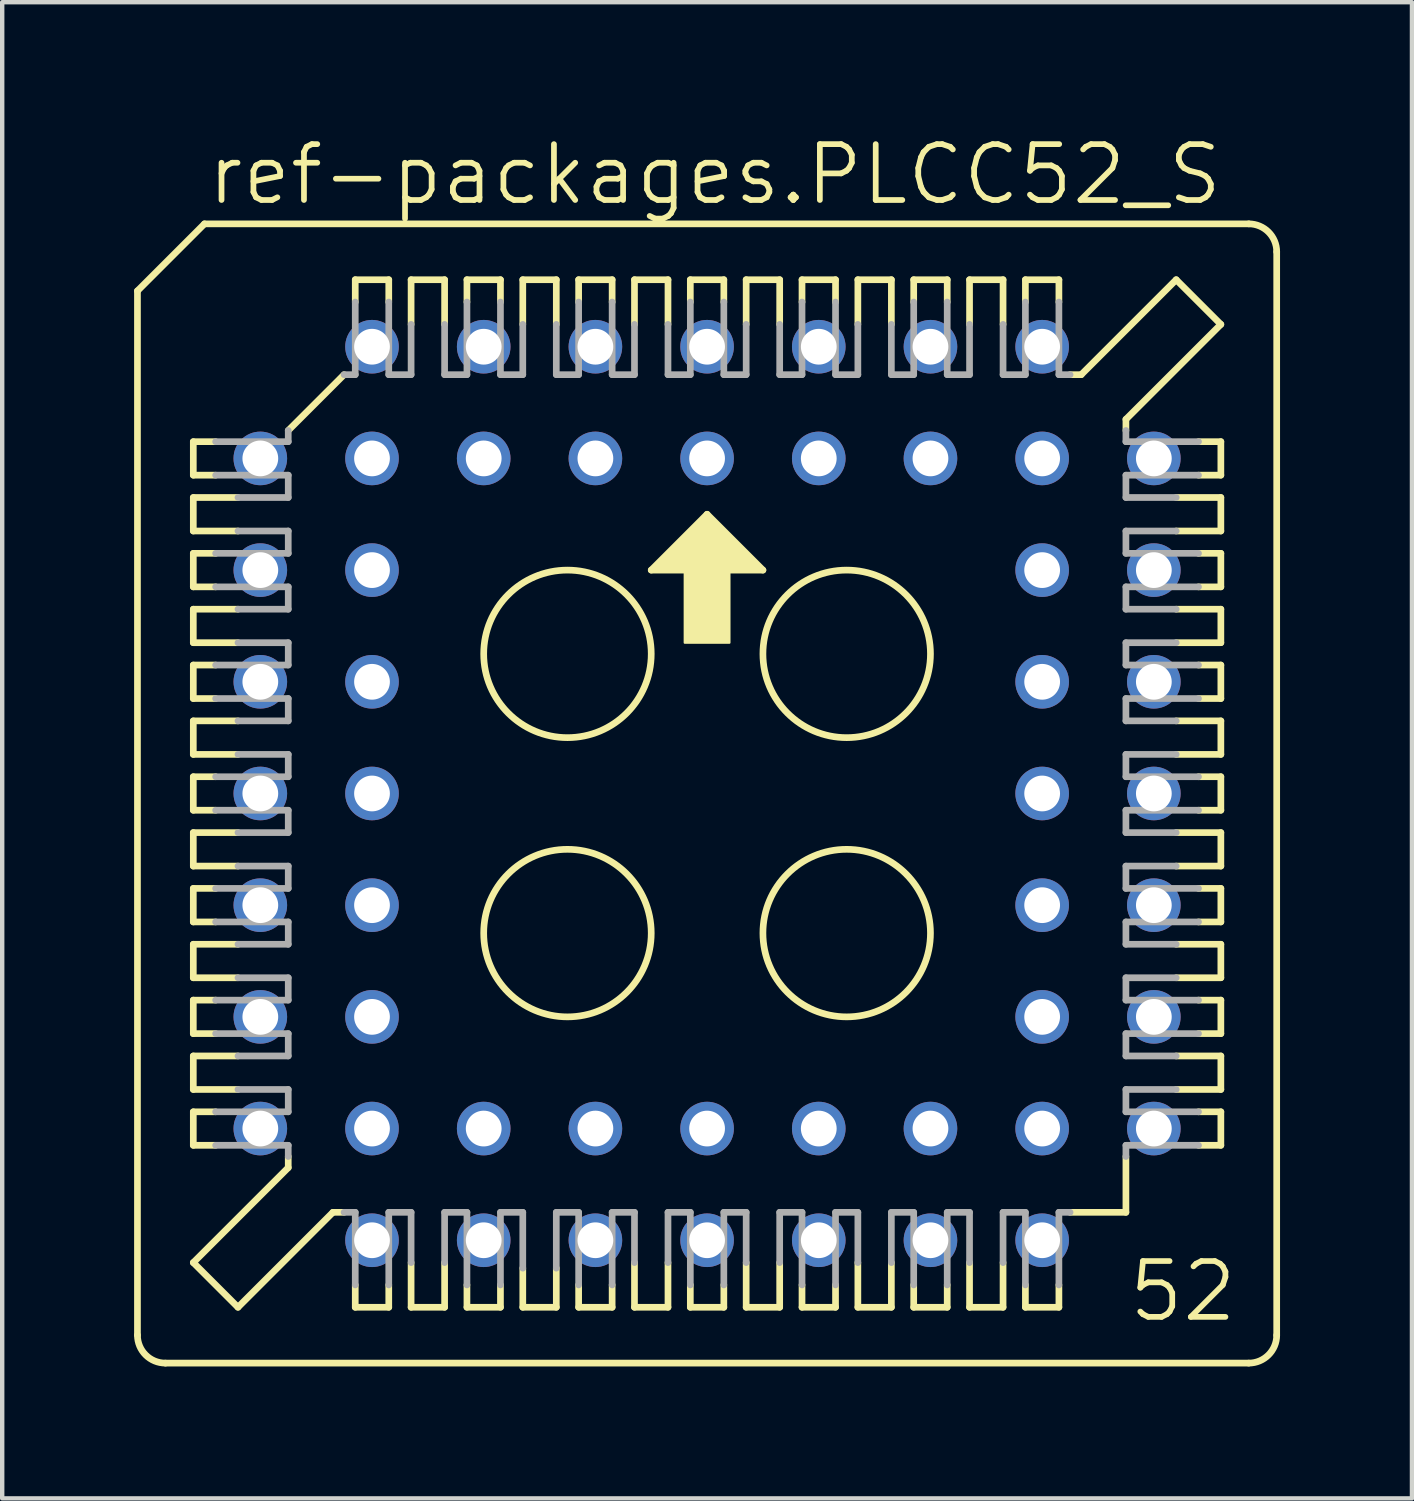
<source format=kicad_pcb>
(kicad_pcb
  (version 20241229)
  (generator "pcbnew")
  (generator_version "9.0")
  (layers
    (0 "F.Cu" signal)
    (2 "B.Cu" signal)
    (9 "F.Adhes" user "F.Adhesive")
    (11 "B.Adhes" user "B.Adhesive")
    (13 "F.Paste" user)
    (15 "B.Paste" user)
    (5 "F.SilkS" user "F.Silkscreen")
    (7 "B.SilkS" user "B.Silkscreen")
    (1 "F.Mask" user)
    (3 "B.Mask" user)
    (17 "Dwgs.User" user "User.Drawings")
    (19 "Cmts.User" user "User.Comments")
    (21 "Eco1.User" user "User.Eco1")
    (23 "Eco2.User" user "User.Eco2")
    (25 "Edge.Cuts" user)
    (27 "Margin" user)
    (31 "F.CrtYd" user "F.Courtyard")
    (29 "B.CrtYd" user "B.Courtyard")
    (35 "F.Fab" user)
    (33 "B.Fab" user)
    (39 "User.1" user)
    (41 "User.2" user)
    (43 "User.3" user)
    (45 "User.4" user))
  (footprint "ref-packages.PLCC52_S"
    (layer "F.Cu")
    (at 13.03 14.995)
    (property "Reference" "ref-packages.PLCC52_S" (at -11.43 -13.335 0) (layer "F.SilkS") (effects (font (size 1.27 1.27) (thickness 0.13)) (justify left bottom)))
    (attr through_hole)
    (fp_line (start -12.954 -11.43) (end -12.954 12.319) (stroke (width 0.152) (type default)) (layer "F.SilkS"))
    (fp_line (start -11.684 -8.001) (end -11.684 -7.239) (stroke (width 0.152) (type default)) (layer "F.SilkS"))
    (fp_line (start -11.684 -7.239) (end -11.176 -7.239) (stroke (width 0.152) (type default)) (layer "F.SilkS"))
    (fp_line (start -11.684 -6.731) (end -11.684 -5.969) (stroke (width 0.152) (type default)) (layer "F.SilkS"))
    (fp_line (start -11.684 -5.969) (end -10.668 -5.969) (stroke (width 0.152) (type default)) (layer "F.SilkS"))
    (fp_line (start -11.684 -5.461) (end -11.684 -4.699) (stroke (width 0.152) (type default)) (layer "F.SilkS"))
    (fp_line (start -11.684 -4.699) (end -11.176 -4.699) (stroke (width 0.152) (type default)) (layer "F.SilkS"))
    (fp_line (start -11.684 -4.191) (end -11.684 -3.429) (stroke (width 0.152) (type default)) (layer "F.SilkS"))
    (fp_line (start -11.684 -3.429) (end -10.668 -3.429) (stroke (width 0.152) (type default)) (layer "F.SilkS"))
    (fp_line (start -11.684 -2.921) (end -11.684 -2.159) (stroke (width 0.152) (type default)) (layer "F.SilkS"))
    (fp_line (start -11.684 -2.159) (end -11.176 -2.159) (stroke (width 0.152) (type default)) (layer "F.SilkS"))
    (fp_line (start -11.684 -1.651) (end -10.668 -1.651) (stroke (width 0.152) (type default)) (layer "F.SilkS"))
    (fp_line (start -11.684 -0.889) (end -11.684 -1.651) (stroke (width 0.152) (type default)) (layer "F.SilkS"))
    (fp_line (start -11.684 -0.381) (end -11.176 -0.381) (stroke (width 0.152) (type default)) (layer "F.SilkS"))
    (fp_line (start -11.684 0.381) (end -11.684 -0.381) (stroke (width 0.152) (type default)) (layer "F.SilkS"))
    (fp_line (start -11.684 0.889) (end -10.668 0.889) (stroke (width 0.152) (type default)) (layer "F.SilkS"))
    (fp_line (start -11.684 1.651) (end -11.684 0.889) (stroke (width 0.152) (type default)) (layer "F.SilkS"))
    (fp_line (start -11.684 2.159) (end -11.176 2.159) (stroke (width 0.152) (type default)) (layer "F.SilkS"))
    (fp_line (start -11.684 2.921) (end -11.684 2.159) (stroke (width 0.152) (type default)) (layer "F.SilkS"))
    (fp_line (start -11.684 3.429) (end -10.668 3.429) (stroke (width 0.152) (type default)) (layer "F.SilkS"))
    (fp_line (start -11.684 4.191) (end -11.684 3.429) (stroke (width 0.152) (type default)) (layer "F.SilkS"))
    (fp_line (start -11.684 4.699) (end -11.176 4.699) (stroke (width 0.152) (type default)) (layer "F.SilkS"))
    (fp_line (start -11.684 5.461) (end -11.684 4.699) (stroke (width 0.152) (type default)) (layer "F.SilkS"))
    (fp_line (start -11.684 5.969) (end -11.684 6.731) (stroke (width 0.152) (type default)) (layer "F.SilkS"))
    (fp_line (start -11.684 6.731) (end -10.668 6.731) (stroke (width 0.152) (type default)) (layer "F.SilkS"))
    (fp_line (start -11.684 7.239) (end -11.176 7.239) (stroke (width 0.152) (type default)) (layer "F.SilkS"))
    (fp_line (start -11.684 8.001) (end -11.684 7.239) (stroke (width 0.152) (type default)) (layer "F.SilkS"))
    (fp_line (start -11.684 10.668) (end -9.525 8.509) (stroke (width 0.152) (type default)) (layer "F.SilkS"))
    (fp_line (start -11.43 -12.954) (end -12.954 -11.43) (stroke (width 0.152) (type default)) (layer "F.SilkS"))
    (fp_line (start -11.176 -8.001) (end -11.684 -8.001) (stroke (width 0.152) (type default)) (layer "F.SilkS"))
    (fp_line (start -11.176 -5.461) (end -11.684 -5.461) (stroke (width 0.152) (type default)) (layer "F.SilkS"))
    (fp_line (start -11.176 -2.921) (end -11.684 -2.921) (stroke (width 0.152) (type default)) (layer "F.SilkS"))
    (fp_line (start -11.176 0.381) (end -11.684 0.381) (stroke (width 0.152) (type default)) (layer "F.SilkS"))
    (fp_line (start -11.176 2.921) (end -11.684 2.921) (stroke (width 0.152) (type default)) (layer "F.SilkS"))
    (fp_line (start -11.176 5.461) (end -11.684 5.461) (stroke (width 0.152) (type default)) (layer "F.SilkS"))
    (fp_line (start -11.176 8.001) (end -11.684 8.001) (stroke (width 0.152) (type default)) (layer "F.SilkS"))
    (fp_line (start -10.668 -6.731) (end -11.684 -6.731) (stroke (width 0.152) (type default)) (layer "F.SilkS"))
    (fp_line (start -10.668 -4.191) (end -11.684 -4.191) (stroke (width 0.152) (type default)) (layer "F.SilkS"))
    (fp_line (start -10.668 -0.889) (end -11.684 -0.889) (stroke (width 0.152) (type default)) (layer "F.SilkS"))
    (fp_line (start -10.668 1.651) (end -11.684 1.651) (stroke (width 0.152) (type default)) (layer "F.SilkS"))
    (fp_line (start -10.668 4.191) (end -11.684 4.191) (stroke (width 0.152) (type default)) (layer "F.SilkS"))
    (fp_line (start -10.668 5.969) (end -11.684 5.969) (stroke (width 0.152) (type default)) (layer "F.SilkS"))
    (fp_line (start -10.668 11.684) (end -11.684 10.668) (stroke (width 0.152) (type default)) (layer "F.SilkS"))
    (fp_line (start -10.668 11.684) (end -8.509 9.525) (stroke (width 0.152) (type default)) (layer "F.SilkS"))
    (fp_line (start -9.525 -8.255) (end -8.255 -9.525) (stroke (width 0.152) (type default)) (layer "F.SilkS"))
    (fp_line (start -9.525 8.509) (end -9.525 8.255) (stroke (width 0.152) (type default)) (layer "F.SilkS"))
    (fp_line (start -8.509 9.525) (end -8.255 9.525) (stroke (width 0.152) (type default)) (layer "F.SilkS"))
    (fp_line (start -8.001 -11.684) (end -8.001 -11.176) (stroke (width 0.152) (type default)) (layer "F.SilkS"))
    (fp_line (start -8.001 11.176) (end -8.001 11.684) (stroke (width 0.152) (type default)) (layer "F.SilkS"))
    (fp_line (start -8.001 11.684) (end -7.239 11.684) (stroke (width 0.152) (type default)) (layer "F.SilkS"))
    (fp_line (start -7.239 -11.684) (end -8.001 -11.684) (stroke (width 0.152) (type default)) (layer "F.SilkS"))
    (fp_line (start -7.239 -11.176) (end -7.239 -11.684) (stroke (width 0.152) (type default)) (layer "F.SilkS"))
    (fp_line (start -7.239 11.684) (end -7.239 11.176) (stroke (width 0.152) (type default)) (layer "F.SilkS"))
    (fp_line (start -6.731 -11.684) (end -6.731 -10.668) (stroke (width 0.152) (type default)) (layer "F.SilkS"))
    (fp_line (start -6.731 10.668) (end -6.731 11.684) (stroke (width 0.152) (type default)) (layer "F.SilkS"))
    (fp_line (start -6.731 11.684) (end -5.969 11.684) (stroke (width 0.152) (type default)) (layer "F.SilkS"))
    (fp_line (start -5.969 -11.684) (end -6.731 -11.684) (stroke (width 0.152) (type default)) (layer "F.SilkS"))
    (fp_line (start -5.969 -10.668) (end -5.969 -11.684) (stroke (width 0.152) (type default)) (layer "F.SilkS"))
    (fp_line (start -5.969 11.684) (end -5.969 10.668) (stroke (width 0.152) (type default)) (layer "F.SilkS"))
    (fp_line (start -5.461 -11.684) (end -5.461 -11.176) (stroke (width 0.152) (type default)) (layer "F.SilkS"))
    (fp_line (start -5.461 11.176) (end -5.461 11.684) (stroke (width 0.152) (type default)) (layer "F.SilkS"))
    (fp_line (start -5.461 11.684) (end -4.699 11.684) (stroke (width 0.152) (type default)) (layer "F.SilkS"))
    (fp_line (start -4.699 -11.684) (end -5.461 -11.684) (stroke (width 0.152) (type default)) (layer "F.SilkS"))
    (fp_line (start -4.699 -11.176) (end -4.699 -11.684) (stroke (width 0.152) (type default)) (layer "F.SilkS"))
    (fp_line (start -4.699 11.684) (end -4.699 11.176) (stroke (width 0.152) (type default)) (layer "F.SilkS"))
    (fp_line (start -4.191 -11.684) (end -4.191 -10.668) (stroke (width 0.152) (type default)) (layer "F.SilkS"))
    (fp_line (start -4.191 10.795) (end -4.191 11.684) (stroke (width 0.152) (type default)) (layer "F.SilkS"))
    (fp_line (start -4.191 11.684) (end -3.429 11.684) (stroke (width 0.152) (type default)) (layer "F.SilkS"))
    (fp_line (start -3.429 -11.684) (end -4.191 -11.684) (stroke (width 0.152) (type default)) (layer "F.SilkS"))
    (fp_line (start -3.429 -10.668) (end -3.429 -11.684) (stroke (width 0.152) (type default)) (layer "F.SilkS"))
    (fp_line (start -3.429 11.684) (end -3.429 10.795) (stroke (width 0.152) (type default)) (layer "F.SilkS"))
    (fp_line (start -2.921 -11.684) (end -2.921 -11.176) (stroke (width 0.152) (type default)) (layer "F.SilkS"))
    (fp_line (start -2.921 11.176) (end -2.921 11.684) (stroke (width 0.152) (type default)) (layer "F.SilkS"))
    (fp_line (start -2.921 11.684) (end -2.159 11.684) (stroke (width 0.152) (type default)) (layer "F.SilkS"))
    (fp_line (start -2.159 -11.684) (end -2.921 -11.684) (stroke (width 0.152) (type default)) (layer "F.SilkS"))
    (fp_line (start -2.159 -11.176) (end -2.159 -11.684) (stroke (width 0.152) (type default)) (layer "F.SilkS"))
    (fp_line (start -2.159 11.684) (end -2.159 11.176) (stroke (width 0.152) (type default)) (layer "F.SilkS"))
    (fp_line (start -1.651 -11.684) (end -1.651 -10.668) (stroke (width 0.152) (type default)) (layer "F.SilkS"))
    (fp_line (start -1.651 10.668) (end -1.651 11.684) (stroke (width 0.152) (type default)) (layer "F.SilkS"))
    (fp_line (start -1.651 11.684) (end -0.889 11.684) (stroke (width 0.152) (type default)) (layer "F.SilkS"))
    (fp_line (start -1.27 -5.08) (end 1.27 -5.08) (stroke (width 0.152) (type default)) (layer "F.SilkS"))
    (fp_line (start -0.889 -11.684) (end -1.651 -11.684) (stroke (width 0.152) (type default)) (layer "F.SilkS"))
    (fp_line (start -0.889 -10.668) (end -0.889 -11.684) (stroke (width 0.152) (type default)) (layer "F.SilkS"))
    (fp_line (start -0.889 11.684) (end -0.889 10.668) (stroke (width 0.152) (type default)) (layer "F.SilkS"))
    (fp_line (start -0.381 -11.684) (end -0.381 -11.176) (stroke (width 0.152) (type default)) (layer "F.SilkS"))
    (fp_line (start -0.381 11.176) (end -0.381 11.684) (stroke (width 0.152) (type default)) (layer "F.SilkS"))
    (fp_line (start -0.381 11.684) (end 0.381 11.684) (stroke (width 0.152) (type default)) (layer "F.SilkS"))
    (fp_line (start 0 -6.35) (end -1.27 -5.08) (stroke (width 0.152) (type default)) (layer "F.SilkS"))
    (fp_line (start 0.381 -11.684) (end -0.381 -11.684) (stroke (width 0.152) (type default)) (layer "F.SilkS"))
    (fp_line (start 0.381 -11.176) (end 0.381 -11.684) (stroke (width 0.152) (type default)) (layer "F.SilkS"))
    (fp_line (start 0.381 11.684) (end 0.381 11.176) (stroke (width 0.152) (type default)) (layer "F.SilkS"))
    (fp_line (start 0.889 -11.684) (end 0.889 -10.668) (stroke (width 0.152) (type default)) (layer "F.SilkS"))
    (fp_line (start 0.889 10.668) (end 0.889 11.684) (stroke (width 0.152) (type default)) (layer "F.SilkS"))
    (fp_line (start 0.889 11.684) (end 1.651 11.684) (stroke (width 0.152) (type default)) (layer "F.SilkS"))
    (fp_line (start 1.27 -5.08) (end 0 -6.35) (stroke (width 0.152) (type default)) (layer "F.SilkS"))
    (fp_line (start 1.651 -11.684) (end 0.889 -11.684) (stroke (width 0.152) (type default)) (layer "F.SilkS"))
    (fp_line (start 1.651 -10.668) (end 1.651 -11.684) (stroke (width 0.152) (type default)) (layer "F.SilkS"))
    (fp_line (start 1.651 11.684) (end 1.651 10.668) (stroke (width 0.152) (type default)) (layer "F.SilkS"))
    (fp_line (start 2.159 -11.684) (end 2.159 -11.176) (stroke (width 0.152) (type default)) (layer "F.SilkS"))
    (fp_line (start 2.159 11.176) (end 2.159 11.684) (stroke (width 0.152) (type default)) (layer "F.SilkS"))
    (fp_line (start 2.159 11.684) (end 2.921 11.684) (stroke (width 0.152) (type default)) (layer "F.SilkS"))
    (fp_line (start 2.921 -11.684) (end 2.159 -11.684) (stroke (width 0.152) (type default)) (layer "F.SilkS"))
    (fp_line (start 2.921 -11.176) (end 2.921 -11.684) (stroke (width 0.152) (type default)) (layer "F.SilkS"))
    (fp_line (start 2.921 11.684) (end 2.921 11.176) (stroke (width 0.152) (type default)) (layer "F.SilkS"))
    (fp_line (start 3.429 -11.684) (end 3.429 -10.668) (stroke (width 0.152) (type default)) (layer "F.SilkS"))
    (fp_line (start 3.429 10.668) (end 3.429 11.684) (stroke (width 0.152) (type default)) (layer "F.SilkS"))
    (fp_line (start 3.429 11.684) (end 4.191 11.684) (stroke (width 0.152) (type default)) (layer "F.SilkS"))
    (fp_line (start 4.191 -11.684) (end 3.429 -11.684) (stroke (width 0.152) (type default)) (layer "F.SilkS"))
    (fp_line (start 4.191 -10.668) (end 4.191 -11.684) (stroke (width 0.152) (type default)) (layer "F.SilkS"))
    (fp_line (start 4.191 11.684) (end 4.191 10.668) (stroke (width 0.152) (type default)) (layer "F.SilkS"))
    (fp_line (start 4.699 -11.684) (end 4.699 -11.176) (stroke (width 0.152) (type default)) (layer "F.SilkS"))
    (fp_line (start 4.699 11.176) (end 4.699 11.684) (stroke (width 0.152) (type default)) (layer "F.SilkS"))
    (fp_line (start 4.699 11.684) (end 5.461 11.684) (stroke (width 0.152) (type default)) (layer "F.SilkS"))
    (fp_line (start 5.461 -11.684) (end 4.699 -11.684) (stroke (width 0.152) (type default)) (layer "F.SilkS"))
    (fp_line (start 5.461 -11.176) (end 5.461 -11.684) (stroke (width 0.152) (type default)) (layer "F.SilkS"))
    (fp_line (start 5.461 11.684) (end 5.461 11.176) (stroke (width 0.152) (type default)) (layer "F.SilkS"))
    (fp_line (start 5.969 -11.684) (end 5.969 -10.668) (stroke (width 0.152) (type default)) (layer "F.SilkS"))
    (fp_line (start 5.969 10.668) (end 5.969 11.684) (stroke (width 0.152) (type default)) (layer "F.SilkS"))
    (fp_line (start 5.969 11.684) (end 6.731 11.684) (stroke (width 0.152) (type default)) (layer "F.SilkS"))
    (fp_line (start 6.731 -11.684) (end 5.969 -11.684) (stroke (width 0.152) (type default)) (layer "F.SilkS"))
    (fp_line (start 6.731 -10.668) (end 6.731 -11.684) (stroke (width 0.152) (type default)) (layer "F.SilkS"))
    (fp_line (start 6.731 11.684) (end 6.731 10.668) (stroke (width 0.152) (type default)) (layer "F.SilkS"))
    (fp_line (start 7.239 -11.684) (end 7.239 -11.176) (stroke (width 0.152) (type default)) (layer "F.SilkS"))
    (fp_line (start 7.239 11.176) (end 7.239 11.684) (stroke (width 0.152) (type default)) (layer "F.SilkS"))
    (fp_line (start 7.239 11.684) (end 8.001 11.684) (stroke (width 0.152) (type default)) (layer "F.SilkS"))
    (fp_line (start 8.001 -11.684) (end 7.239 -11.684) (stroke (width 0.152) (type default)) (layer "F.SilkS"))
    (fp_line (start 8.001 -11.176) (end 8.001 -11.684) (stroke (width 0.152) (type default)) (layer "F.SilkS"))
    (fp_line (start 8.001 11.684) (end 8.001 11.176) (stroke (width 0.152) (type default)) (layer "F.SilkS"))
    (fp_line (start 8.255 9.525) (end 9.525 9.525) (stroke (width 0.152) (type default)) (layer "F.SilkS"))
    (fp_line (start 8.509 -9.525) (end 8.255 -9.525) (stroke (width 0.152) (type default)) (layer "F.SilkS"))
    (fp_line (start 9.525 -8.509) (end 9.525 -8.255) (stroke (width 0.152) (type default)) (layer "F.SilkS"))
    (fp_line (start 9.525 9.525) (end 9.525 8.255) (stroke (width 0.152) (type default)) (layer "F.SilkS"))
    (fp_line (start 10.668 -11.684) (end 8.509 -9.525) (stroke (width 0.152) (type default)) (layer "F.SilkS"))
    (fp_line (start 10.668 -5.969) (end 11.684 -5.969) (stroke (width 0.152) (type default)) (layer "F.SilkS"))
    (fp_line (start 10.668 -4.191) (end 11.684 -4.191) (stroke (width 0.152) (type default)) (layer "F.SilkS"))
    (fp_line (start 10.668 -1.651) (end 11.684 -1.651) (stroke (width 0.152) (type default)) (layer "F.SilkS"))
    (fp_line (start 10.668 0.889) (end 11.684 0.889) (stroke (width 0.152) (type default)) (layer "F.SilkS"))
    (fp_line (start 10.668 4.191) (end 11.684 4.191) (stroke (width 0.152) (type default)) (layer "F.SilkS"))
    (fp_line (start 10.668 6.731) (end 11.684 6.731) (stroke (width 0.152) (type default)) (layer "F.SilkS"))
    (fp_line (start 11.176 -8.001) (end 11.684 -8.001) (stroke (width 0.152) (type default)) (layer "F.SilkS"))
    (fp_line (start 11.176 -5.461) (end 11.684 -5.461) (stroke (width 0.152) (type default)) (layer "F.SilkS"))
    (fp_line (start 11.176 -2.921) (end 11.684 -2.921) (stroke (width 0.152) (type default)) (layer "F.SilkS"))
    (fp_line (start 11.176 -0.381) (end 11.684 -0.381) (stroke (width 0.152) (type default)) (layer "F.SilkS"))
    (fp_line (start 11.176 2.921) (end 11.684 2.921) (stroke (width 0.152) (type default)) (layer "F.SilkS"))
    (fp_line (start 11.176 5.461) (end 11.684 5.461) (stroke (width 0.152) (type default)) (layer "F.SilkS"))
    (fp_line (start 11.176 8.001) (end 11.684 8.001) (stroke (width 0.152) (type default)) (layer "F.SilkS"))
    (fp_line (start 11.684 -10.668) (end 9.525 -8.509) (stroke (width 0.152) (type default)) (layer "F.SilkS"))
    (fp_line (start 11.684 -10.668) (end 10.668 -11.684) (stroke (width 0.152) (type default)) (layer "F.SilkS"))
    (fp_line (start 11.684 -8.001) (end 11.684 -7.239) (stroke (width 0.152) (type default)) (layer "F.SilkS"))
    (fp_line (start 11.684 -7.239) (end 11.176 -7.239) (stroke (width 0.152) (type default)) (layer "F.SilkS"))
    (fp_line (start 11.684 -6.731) (end 10.668 -6.731) (stroke (width 0.152) (type default)) (layer "F.SilkS"))
    (fp_line (start 11.684 -5.969) (end 11.684 -6.731) (stroke (width 0.152) (type default)) (layer "F.SilkS"))
    (fp_line (start 11.684 -5.461) (end 11.684 -4.699) (stroke (width 0.152) (type default)) (layer "F.SilkS"))
    (fp_line (start 11.684 -4.699) (end 11.176 -4.699) (stroke (width 0.152) (type default)) (layer "F.SilkS"))
    (fp_line (start 11.684 -4.191) (end 11.684 -3.429) (stroke (width 0.152) (type default)) (layer "F.SilkS"))
    (fp_line (start 11.684 -3.429) (end 10.668 -3.429) (stroke (width 0.152) (type default)) (layer "F.SilkS"))
    (fp_line (start 11.684 -2.921) (end 11.684 -2.159) (stroke (width 0.152) (type default)) (layer "F.SilkS"))
    (fp_line (start 11.684 -2.159) (end 11.176 -2.159) (stroke (width 0.152) (type default)) (layer "F.SilkS"))
    (fp_line (start 11.684 -1.651) (end 11.684 -0.889) (stroke (width 0.152) (type default)) (layer "F.SilkS"))
    (fp_line (start 11.684 -0.889) (end 10.668 -0.889) (stroke (width 0.152) (type default)) (layer "F.SilkS"))
    (fp_line (start 11.684 -0.381) (end 11.684 0.381) (stroke (width 0.152) (type default)) (layer "F.SilkS"))
    (fp_line (start 11.684 0.381) (end 11.176 0.381) (stroke (width 0.152) (type default)) (layer "F.SilkS"))
    (fp_line (start 11.684 0.889) (end 11.684 1.651) (stroke (width 0.152) (type default)) (layer "F.SilkS"))
    (fp_line (start 11.684 1.651) (end 10.668 1.651) (stroke (width 0.152) (type default)) (layer "F.SilkS"))
    (fp_line (start 11.684 2.159) (end 11.176 2.159) (stroke (width 0.152) (type default)) (layer "F.SilkS"))
    (fp_line (start 11.684 2.921) (end 11.684 2.159) (stroke (width 0.152) (type default)) (layer "F.SilkS"))
    (fp_line (start 11.684 3.429) (end 10.668 3.429) (stroke (width 0.152) (type default)) (layer "F.SilkS"))
    (fp_line (start 11.684 4.191) (end 11.684 3.429) (stroke (width 0.152) (type default)) (layer "F.SilkS"))
    (fp_line (start 11.684 4.699) (end 11.176 4.699) (stroke (width 0.152) (type default)) (layer "F.SilkS"))
    (fp_line (start 11.684 5.461) (end 11.684 4.699) (stroke (width 0.152) (type default)) (layer "F.SilkS"))
    (fp_line (start 11.684 5.969) (end 10.668 5.969) (stroke (width 0.152) (type default)) (layer "F.SilkS"))
    (fp_line (start 11.684 6.731) (end 11.684 5.969) (stroke (width 0.152) (type default)) (layer "F.SilkS"))
    (fp_line (start 11.684 7.239) (end 11.176 7.239) (stroke (width 0.152) (type default)) (layer "F.SilkS"))
    (fp_line (start 11.684 8.001) (end 11.684 7.239) (stroke (width 0.152) (type default)) (layer "F.SilkS"))
    (fp_line (start 12.319 -12.954) (end -11.43 -12.954) (stroke (width 0.152) (type default)) (layer "F.SilkS"))
    (fp_line (start 12.319 12.954) (end -12.319 12.954) (stroke (width 0.152) (type default)) (layer "F.SilkS"))
    (fp_line (start 12.954 -12.319) (end 12.954 12.319) (stroke (width 0.152) (type default)) (layer "F.SilkS"))
    (fp_rect (start -1.143 -5.08) (end -0.889 -5.207) (stroke (width 0.05) (type default)) (fill yes) (layer "F.SilkS"))
    (fp_rect (start -1.016 -5.207) (end -0.889 -5.334) (stroke (width 0.05) (type default)) (fill yes) (layer "F.SilkS"))
    (fp_rect (start -0.889 -5.08) (end 0.889 -5.461) (stroke (width 0.05) (type default)) (fill yes) (layer "F.SilkS"))
    (fp_rect (start -0.762 -5.461) (end -0.635 -5.588) (stroke (width 0.05) (type default)) (fill yes) (layer "F.SilkS"))
    (fp_rect (start -0.635 -5.461) (end 0.635 -5.715) (stroke (width 0.05) (type default)) (fill yes) (layer "F.SilkS"))
    (fp_rect (start -0.508 -5.715) (end -0.381 -5.842) (stroke (width 0.05) (type default)) (fill yes) (layer "F.SilkS"))
    (fp_rect (start -0.508 -3.429) (end 0.508 -5.334) (stroke (width 0.05) (type default)) (fill yes) (layer "F.SilkS"))
    (fp_rect (start -0.381 -5.715) (end 0.381 -5.969) (stroke (width 0.05) (type default)) (fill yes) (layer "F.SilkS"))
    (fp_rect (start -0.254 -5.969) (end -0.127 -6.096) (stroke (width 0.05) (type default)) (fill yes) (layer "F.SilkS"))
    (fp_rect (start -0.127 -5.969) (end 0.127 -6.223) (stroke (width 0.05) (type default)) (fill yes) (layer "F.SilkS"))
    (fp_rect (start 0.127 -5.969) (end 0.254 -6.096) (stroke (width 0.05) (type default)) (fill yes) (layer "F.SilkS"))
    (fp_rect (start 0.381 -5.715) (end 0.508 -5.842) (stroke (width 0.05) (type default)) (fill yes) (layer "F.SilkS"))
    (fp_rect (start 0.635 -5.461) (end 0.762 -5.588) (stroke (width 0.05) (type default)) (fill yes) (layer "F.SilkS"))
    (fp_rect (start 0.889 -5.207) (end 1.016 -5.334) (stroke (width 0.05) (type default)) (fill yes) (layer "F.SilkS"))
    (fp_rect (start 0.889 -5.08) (end 1.143 -5.207) (stroke (width 0.05) (type default)) (fill yes) (layer "F.SilkS"))
    (fp_arc (start -12.319 12.954) (mid -12.768013 12.768013) (end -12.954 12.319) (stroke (width 0.1524) (type default)) (layer "F.SilkS"))
    (fp_arc (start 12.319 -12.954) (mid 12.768013 -12.768013) (end 12.954 -12.319) (stroke (width 0.1524) (type default)) (layer "F.SilkS"))
    (fp_arc (start 12.954 12.319) (mid 12.768013 12.768013) (end 12.319 12.954) (stroke (width 0.1524) (type default)) (layer "F.SilkS"))
    (fp_circle (center -3.175 -3.175) (end -1.27 -3.175) (stroke (width 0.152) (type default)) (fill no) (layer "F.SilkS"))
    (fp_circle (center -3.175 3.175) (end -1.27 3.175) (stroke (width 0.152) (type default)) (fill no) (layer "F.SilkS"))
    (fp_circle (center 3.175 -3.175) (end 5.08 -3.175) (stroke (width 0.152) (type default)) (fill no) (layer "F.SilkS"))
    (fp_circle (center 3.175 3.175) (end 5.08 3.175) (stroke (width 0.152) (type default)) (fill no) (layer "F.SilkS"))
    (fp_line (start -11.176 -8.001) (end -9.525 -8.001) (stroke (width 0.152) (type default)) (layer "F.Fab"))
    (fp_line (start -11.176 -5.461) (end -9.525 -5.461) (stroke (width 0.152) (type default)) (layer "F.Fab"))
    (fp_line (start -11.176 -2.921) (end -9.525 -2.921) (stroke (width 0.152) (type default)) (layer "F.Fab"))
    (fp_line (start -11.176 0.381) (end -9.525 0.381) (stroke (width 0.152) (type default)) (layer "F.Fab"))
    (fp_line (start -11.176 2.921) (end -9.525 2.921) (stroke (width 0.152) (type default)) (layer "F.Fab"))
    (fp_line (start -11.176 5.461) (end -9.525 5.461) (stroke (width 0.152) (type default)) (layer "F.Fab"))
    (fp_line (start -11.176 8.001) (end -9.525 8.001) (stroke (width 0.152) (type default)) (layer "F.Fab"))
    (fp_line (start -10.668 -6.731) (end -9.525 -6.731) (stroke (width 0.152) (type default)) (layer "F.Fab"))
    (fp_line (start -10.668 -4.191) (end -9.525 -4.191) (stroke (width 0.152) (type default)) (layer "F.Fab"))
    (fp_line (start -10.668 -0.889) (end -9.525 -0.889) (stroke (width 0.152) (type default)) (layer "F.Fab"))
    (fp_line (start -10.668 1.651) (end -9.525 1.651) (stroke (width 0.152) (type default)) (layer "F.Fab"))
    (fp_line (start -10.668 4.191) (end -9.525 4.191) (stroke (width 0.152) (type default)) (layer "F.Fab"))
    (fp_line (start -10.668 5.969) (end -9.525 5.969) (stroke (width 0.152) (type default)) (layer "F.Fab"))
    (fp_line (start -9.525 -8.001) (end -9.525 -8.255) (stroke (width 0.152) (type default)) (layer "F.Fab"))
    (fp_line (start -9.525 -7.239) (end -11.176 -7.239) (stroke (width 0.152) (type default)) (layer "F.Fab"))
    (fp_line (start -9.525 -7.239) (end -9.525 -6.731) (stroke (width 0.152) (type default)) (layer "F.Fab"))
    (fp_line (start -9.525 -5.969) (end -10.668 -5.969) (stroke (width 0.152) (type default)) (layer "F.Fab"))
    (fp_line (start -9.525 -5.969) (end -9.525 -5.461) (stroke (width 0.152) (type default)) (layer "F.Fab"))
    (fp_line (start -9.525 -4.699) (end -11.176 -4.699) (stroke (width 0.152) (type default)) (layer "F.Fab"))
    (fp_line (start -9.525 -4.699) (end -9.525 -4.191) (stroke (width 0.152) (type default)) (layer "F.Fab"))
    (fp_line (start -9.525 -3.429) (end -10.668 -3.429) (stroke (width 0.152) (type default)) (layer "F.Fab"))
    (fp_line (start -9.525 -3.429) (end -9.525 -2.921) (stroke (width 0.152) (type default)) (layer "F.Fab"))
    (fp_line (start -9.525 -2.159) (end -11.176 -2.159) (stroke (width 0.152) (type default)) (layer "F.Fab"))
    (fp_line (start -9.525 -2.159) (end -9.525 -1.651) (stroke (width 0.152) (type default)) (layer "F.Fab"))
    (fp_line (start -9.525 -1.651) (end -10.668 -1.651) (stroke (width 0.152) (type default)) (layer "F.Fab"))
    (fp_line (start -9.525 -0.381) (end -11.176 -0.381) (stroke (width 0.152) (type default)) (layer "F.Fab"))
    (fp_line (start -9.525 -0.381) (end -9.525 -0.889) (stroke (width 0.152) (type default)) (layer "F.Fab"))
    (fp_line (start -9.525 0.889) (end -10.668 0.889) (stroke (width 0.152) (type default)) (layer "F.Fab"))
    (fp_line (start -9.525 0.889) (end -9.525 0.381) (stroke (width 0.152) (type default)) (layer "F.Fab"))
    (fp_line (start -9.525 2.159) (end -11.176 2.159) (stroke (width 0.152) (type default)) (layer "F.Fab"))
    (fp_line (start -9.525 2.159) (end -9.525 1.651) (stroke (width 0.152) (type default)) (layer "F.Fab"))
    (fp_line (start -9.525 3.429) (end -10.668 3.429) (stroke (width 0.152) (type default)) (layer "F.Fab"))
    (fp_line (start -9.525 3.429) (end -9.525 2.921) (stroke (width 0.152) (type default)) (layer "F.Fab"))
    (fp_line (start -9.525 4.699) (end -11.176 4.699) (stroke (width 0.152) (type default)) (layer "F.Fab"))
    (fp_line (start -9.525 4.699) (end -9.525 4.191) (stroke (width 0.152) (type default)) (layer "F.Fab"))
    (fp_line (start -9.525 5.461) (end -9.525 5.969) (stroke (width 0.152) (type default)) (layer "F.Fab"))
    (fp_line (start -9.525 6.731) (end -10.668 6.731) (stroke (width 0.152) (type default)) (layer "F.Fab"))
    (fp_line (start -9.525 6.731) (end -9.525 7.239) (stroke (width 0.152) (type default)) (layer "F.Fab"))
    (fp_line (start -9.525 7.239) (end -11.176 7.239) (stroke (width 0.152) (type default)) (layer "F.Fab"))
    (fp_line (start -9.525 8.001) (end -9.525 8.255) (stroke (width 0.152) (type default)) (layer "F.Fab"))
    (fp_line (start -8.255 -9.525) (end -8.001 -9.525) (stroke (width 0.152) (type default)) (layer "F.Fab"))
    (fp_line (start -8.001 -9.525) (end -8.001 -11.176) (stroke (width 0.152) (type default)) (layer "F.Fab"))
    (fp_line (start -8.001 9.525) (end -8.255 9.525) (stroke (width 0.152) (type default)) (layer "F.Fab"))
    (fp_line (start -8.001 11.176) (end -8.001 9.525) (stroke (width 0.152) (type default)) (layer "F.Fab"))
    (fp_line (start -7.239 -11.176) (end -7.239 -9.525) (stroke (width 0.152) (type default)) (layer "F.Fab"))
    (fp_line (start -7.239 9.525) (end -7.239 11.176) (stroke (width 0.152) (type default)) (layer "F.Fab"))
    (fp_line (start -7.239 9.525) (end -6.731 9.525) (stroke (width 0.152) (type default)) (layer "F.Fab"))
    (fp_line (start -6.731 -9.525) (end -7.239 -9.525) (stroke (width 0.152) (type default)) (layer "F.Fab"))
    (fp_line (start -6.731 -9.525) (end -6.731 -10.668) (stroke (width 0.152) (type default)) (layer "F.Fab"))
    (fp_line (start -6.731 10.668) (end -6.731 9.525) (stroke (width 0.152) (type default)) (layer "F.Fab"))
    (fp_line (start -5.969 -10.668) (end -5.969 -9.525) (stroke (width 0.152) (type default)) (layer "F.Fab"))
    (fp_line (start -5.969 9.525) (end -5.969 10.668) (stroke (width 0.152) (type default)) (layer "F.Fab"))
    (fp_line (start -5.969 9.525) (end -5.461 9.525) (stroke (width 0.152) (type default)) (layer "F.Fab"))
    (fp_line (start -5.461 -9.525) (end -5.969 -9.525) (stroke (width 0.152) (type default)) (layer "F.Fab"))
    (fp_line (start -5.461 -9.525) (end -5.461 -11.176) (stroke (width 0.152) (type default)) (layer "F.Fab"))
    (fp_line (start -5.461 11.176) (end -5.461 9.525) (stroke (width 0.152) (type default)) (layer "F.Fab"))
    (fp_line (start -4.699 -11.176) (end -4.699 -9.525) (stroke (width 0.152) (type default)) (layer "F.Fab"))
    (fp_line (start -4.699 9.525) (end -4.699 11.176) (stroke (width 0.152) (type default)) (layer "F.Fab"))
    (fp_line (start -4.699 9.525) (end -4.191 9.525) (stroke (width 0.152) (type default)) (layer "F.Fab"))
    (fp_line (start -4.191 -9.525) (end -4.699 -9.525) (stroke (width 0.152) (type default)) (layer "F.Fab"))
    (fp_line (start -4.191 -9.525) (end -4.191 -10.668) (stroke (width 0.152) (type default)) (layer "F.Fab"))
    (fp_line (start -4.191 10.795) (end -4.191 9.525) (stroke (width 0.152) (type default)) (layer "F.Fab"))
    (fp_line (start -3.429 -10.668) (end -3.429 -9.525) (stroke (width 0.152) (type default)) (layer "F.Fab"))
    (fp_line (start -3.429 9.525) (end -3.429 10.795) (stroke (width 0.152) (type default)) (layer "F.Fab"))
    (fp_line (start -3.429 9.525) (end -2.921 9.525) (stroke (width 0.152) (type default)) (layer "F.Fab"))
    (fp_line (start -2.921 -9.525) (end -3.429 -9.525) (stroke (width 0.152) (type default)) (layer "F.Fab"))
    (fp_line (start -2.921 -9.525) (end -2.921 -11.176) (stroke (width 0.152) (type default)) (layer "F.Fab"))
    (fp_line (start -2.921 11.176) (end -2.921 9.525) (stroke (width 0.152) (type default)) (layer "F.Fab"))
    (fp_line (start -2.159 -11.176) (end -2.159 -9.525) (stroke (width 0.152) (type default)) (layer "F.Fab"))
    (fp_line (start -2.159 9.525) (end -2.159 11.176) (stroke (width 0.152) (type default)) (layer "F.Fab"))
    (fp_line (start -2.159 9.525) (end -1.651 9.525) (stroke (width 0.152) (type default)) (layer "F.Fab"))
    (fp_line (start -1.651 -9.525) (end -2.159 -9.525) (stroke (width 0.152) (type default)) (layer "F.Fab"))
    (fp_line (start -1.651 -9.525) (end -1.651 -10.668) (stroke (width 0.152) (type default)) (layer "F.Fab"))
    (fp_line (start -1.651 10.668) (end -1.651 9.525) (stroke (width 0.152) (type default)) (layer "F.Fab"))
    (fp_line (start -0.889 -10.668) (end -0.889 -9.525) (stroke (width 0.152) (type default)) (layer "F.Fab"))
    (fp_line (start -0.889 9.525) (end -0.889 10.668) (stroke (width 0.152) (type default)) (layer "F.Fab"))
    (fp_line (start -0.889 9.525) (end -0.381 9.525) (stroke (width 0.152) (type default)) (layer "F.Fab"))
    (fp_line (start -0.381 -9.525) (end -0.889 -9.525) (stroke (width 0.152) (type default)) (layer "F.Fab"))
    (fp_line (start -0.381 -9.525) (end -0.381 -11.176) (stroke (width 0.152) (type default)) (layer "F.Fab"))
    (fp_line (start -0.381 11.176) (end -0.381 9.525) (stroke (width 0.152) (type default)) (layer "F.Fab"))
    (fp_line (start 0.381 -11.176) (end 0.381 -9.525) (stroke (width 0.152) (type default)) (layer "F.Fab"))
    (fp_line (start 0.381 9.525) (end 0.381 11.176) (stroke (width 0.152) (type default)) (layer "F.Fab"))
    (fp_line (start 0.381 9.525) (end 0.889 9.525) (stroke (width 0.152) (type default)) (layer "F.Fab"))
    (fp_line (start 0.889 -9.525) (end 0.381 -9.525) (stroke (width 0.152) (type default)) (layer "F.Fab"))
    (fp_line (start 0.889 -9.525) (end 0.889 -10.668) (stroke (width 0.152) (type default)) (layer "F.Fab"))
    (fp_line (start 0.889 10.668) (end 0.889 9.525) (stroke (width 0.152) (type default)) (layer "F.Fab"))
    (fp_line (start 1.651 -10.668) (end 1.651 -9.525) (stroke (width 0.152) (type default)) (layer "F.Fab"))
    (fp_line (start 1.651 9.525) (end 1.651 10.668) (stroke (width 0.152) (type default)) (layer "F.Fab"))
    (fp_line (start 1.651 9.525) (end 2.159 9.525) (stroke (width 0.152) (type default)) (layer "F.Fab"))
    (fp_line (start 2.159 -9.525) (end 1.651 -9.525) (stroke (width 0.152) (type default)) (layer "F.Fab"))
    (fp_line (start 2.159 -9.525) (end 2.159 -11.176) (stroke (width 0.152) (type default)) (layer "F.Fab"))
    (fp_line (start 2.159 11.176) (end 2.159 9.525) (stroke (width 0.152) (type default)) (layer "F.Fab"))
    (fp_line (start 2.921 -11.176) (end 2.921 -9.525) (stroke (width 0.152) (type default)) (layer "F.Fab"))
    (fp_line (start 2.921 9.525) (end 2.921 11.176) (stroke (width 0.152) (type default)) (layer "F.Fab"))
    (fp_line (start 2.921 9.525) (end 3.429 9.525) (stroke (width 0.152) (type default)) (layer "F.Fab"))
    (fp_line (start 3.429 -9.525) (end 2.921 -9.525) (stroke (width 0.152) (type default)) (layer "F.Fab"))
    (fp_line (start 3.429 -9.525) (end 3.429 -10.668) (stroke (width 0.152) (type default)) (layer "F.Fab"))
    (fp_line (start 3.429 10.668) (end 3.429 9.525) (stroke (width 0.152) (type default)) (layer "F.Fab"))
    (fp_line (start 4.191 -10.668) (end 4.191 -9.525) (stroke (width 0.152) (type default)) (layer "F.Fab"))
    (fp_line (start 4.191 9.525) (end 4.191 10.668) (stroke (width 0.152) (type default)) (layer "F.Fab"))
    (fp_line (start 4.191 9.525) (end 4.699 9.525) (stroke (width 0.152) (type default)) (layer "F.Fab"))
    (fp_line (start 4.699 -9.525) (end 4.191 -9.525) (stroke (width 0.152) (type default)) (layer "F.Fab"))
    (fp_line (start 4.699 -9.525) (end 4.699 -11.176) (stroke (width 0.152) (type default)) (layer "F.Fab"))
    (fp_line (start 4.699 11.176) (end 4.699 9.525) (stroke (width 0.152) (type default)) (layer "F.Fab"))
    (fp_line (start 5.461 -11.176) (end 5.461 -9.525) (stroke (width 0.152) (type default)) (layer "F.Fab"))
    (fp_line (start 5.461 9.525) (end 5.461 11.176) (stroke (width 0.152) (type default)) (layer "F.Fab"))
    (fp_line (start 5.461 9.525) (end 5.969 9.525) (stroke (width 0.152) (type default)) (layer "F.Fab"))
    (fp_line (start 5.969 -9.525) (end 5.461 -9.525) (stroke (width 0.152) (type default)) (layer "F.Fab"))
    (fp_line (start 5.969 -9.525) (end 5.969 -10.668) (stroke (width 0.152) (type default)) (layer "F.Fab"))
    (fp_line (start 5.969 10.668) (end 5.969 9.525) (stroke (width 0.152) (type default)) (layer "F.Fab"))
    (fp_line (start 6.731 -10.668) (end 6.731 -9.525) (stroke (width 0.152) (type default)) (layer "F.Fab"))
    (fp_line (start 6.731 9.525) (end 6.731 10.668) (stroke (width 0.152) (type default)) (layer "F.Fab"))
    (fp_line (start 6.731 9.525) (end 7.239 9.525) (stroke (width 0.152) (type default)) (layer "F.Fab"))
    (fp_line (start 7.239 -9.525) (end 6.731 -9.525) (stroke (width 0.152) (type default)) (layer "F.Fab"))
    (fp_line (start 7.239 -9.525) (end 7.239 -11.176) (stroke (width 0.152) (type default)) (layer "F.Fab"))
    (fp_line (start 7.239 11.176) (end 7.239 9.525) (stroke (width 0.152) (type default)) (layer "F.Fab"))
    (fp_line (start 8.001 -11.176) (end 8.001 -9.525) (stroke (width 0.152) (type default)) (layer "F.Fab"))
    (fp_line (start 8.001 -9.525) (end 8.255 -9.525) (stroke (width 0.152) (type default)) (layer "F.Fab"))
    (fp_line (start 8.001 9.525) (end 8.001 11.176) (stroke (width 0.152) (type default)) (layer "F.Fab"))
    (fp_line (start 8.255 9.525) (end 8.001 9.525) (stroke (width 0.152) (type default)) (layer "F.Fab"))
    (fp_line (start 9.525 -8.001) (end 9.525 -8.255) (stroke (width 0.152) (type default)) (layer "F.Fab"))
    (fp_line (start 9.525 -7.239) (end 11.176 -7.239) (stroke (width 0.152) (type default)) (layer "F.Fab"))
    (fp_line (start 9.525 -6.731) (end 9.525 -7.239) (stroke (width 0.152) (type default)) (layer "F.Fab"))
    (fp_line (start 9.525 -6.731) (end 10.668 -6.731) (stroke (width 0.152) (type default)) (layer "F.Fab"))
    (fp_line (start 9.525 -5.461) (end 9.525 -5.969) (stroke (width 0.152) (type default)) (layer "F.Fab"))
    (fp_line (start 9.525 -4.699) (end 9.525 -4.191) (stroke (width 0.152) (type default)) (layer "F.Fab"))
    (fp_line (start 9.525 -4.699) (end 11.176 -4.699) (stroke (width 0.152) (type default)) (layer "F.Fab"))
    (fp_line (start 9.525 -3.429) (end 9.525 -2.921) (stroke (width 0.152) (type default)) (layer "F.Fab"))
    (fp_line (start 9.525 -3.429) (end 10.668 -3.429) (stroke (width 0.152) (type default)) (layer "F.Fab"))
    (fp_line (start 9.525 -2.159) (end 9.525 -1.651) (stroke (width 0.152) (type default)) (layer "F.Fab"))
    (fp_line (start 9.525 -2.159) (end 11.176 -2.159) (stroke (width 0.152) (type default)) (layer "F.Fab"))
    (fp_line (start 9.525 -0.889) (end 9.525 -0.381) (stroke (width 0.152) (type default)) (layer "F.Fab"))
    (fp_line (start 9.525 -0.889) (end 10.668 -0.889) (stroke (width 0.152) (type default)) (layer "F.Fab"))
    (fp_line (start 9.525 0.381) (end 9.525 0.889) (stroke (width 0.152) (type default)) (layer "F.Fab"))
    (fp_line (start 9.525 0.381) (end 11.176 0.381) (stroke (width 0.152) (type default)) (layer "F.Fab"))
    (fp_line (start 9.525 1.651) (end 9.525 2.159) (stroke (width 0.152) (type default)) (layer "F.Fab"))
    (fp_line (start 9.525 1.651) (end 10.668 1.651) (stroke (width 0.152) (type default)) (layer "F.Fab"))
    (fp_line (start 9.525 2.159) (end 11.176 2.159) (stroke (width 0.152) (type default)) (layer "F.Fab"))
    (fp_line (start 9.525 3.429) (end 9.525 2.921) (stroke (width 0.152) (type default)) (layer "F.Fab"))
    (fp_line (start 9.525 3.429) (end 10.668 3.429) (stroke (width 0.152) (type default)) (layer "F.Fab"))
    (fp_line (start 9.525 4.699) (end 9.525 4.191) (stroke (width 0.152) (type default)) (layer "F.Fab"))
    (fp_line (start 9.525 4.699) (end 11.176 4.699) (stroke (width 0.152) (type default)) (layer "F.Fab"))
    (fp_line (start 9.525 5.969) (end 9.525 5.461) (stroke (width 0.152) (type default)) (layer "F.Fab"))
    (fp_line (start 9.525 5.969) (end 10.668 5.969) (stroke (width 0.152) (type default)) (layer "F.Fab"))
    (fp_line (start 9.525 7.239) (end 9.525 6.731) (stroke (width 0.152) (type default)) (layer "F.Fab"))
    (fp_line (start 9.525 7.239) (end 11.176 7.239) (stroke (width 0.152) (type default)) (layer "F.Fab"))
    (fp_line (start 9.525 8.001) (end 9.525 8.255) (stroke (width 0.152) (type default)) (layer "F.Fab"))
    (fp_line (start 10.668 -5.969) (end 9.525 -5.969) (stroke (width 0.152) (type default)) (layer "F.Fab"))
    (fp_line (start 10.668 -4.191) (end 9.525 -4.191) (stroke (width 0.152) (type default)) (layer "F.Fab"))
    (fp_line (start 10.668 -1.651) (end 9.525 -1.651) (stroke (width 0.152) (type default)) (layer "F.Fab"))
    (fp_line (start 10.668 0.889) (end 9.525 0.889) (stroke (width 0.152) (type default)) (layer "F.Fab"))
    (fp_line (start 10.668 4.191) (end 9.525 4.191) (stroke (width 0.152) (type default)) (layer "F.Fab"))
    (fp_line (start 10.668 6.731) (end 9.525 6.731) (stroke (width 0.152) (type default)) (layer "F.Fab"))
    (fp_line (start 11.176 -8.001) (end 9.525 -8.001) (stroke (width 0.152) (type default)) (layer "F.Fab"))
    (fp_line (start 11.176 -5.461) (end 9.525 -5.461) (stroke (width 0.152) (type default)) (layer "F.Fab"))
    (fp_line (start 11.176 -2.921) (end 9.525 -2.921) (stroke (width 0.152) (type default)) (layer "F.Fab"))
    (fp_line (start 11.176 -0.381) (end 9.525 -0.381) (stroke (width 0.152) (type default)) (layer "F.Fab"))
    (fp_line (start 11.176 2.921) (end 9.525 2.921) (stroke (width 0.152) (type default)) (layer "F.Fab"))
    (fp_line (start 11.176 5.461) (end 9.525 5.461) (stroke (width 0.152) (type default)) (layer "F.Fab"))
    (fp_line (start 11.176 8.001) (end 9.525 8.001) (stroke (width 0.152) (type default)) (layer "F.Fab"))
    (fp_text user "52" (at 9.525 12.065 0) (layer "F.SilkS") (effects (font (size 1.27 1.27) (thickness 0.13)) (justify left bottom)))
    (pad "1" thru_hole circle (at 0 -10.16) (size 1.219 1.219) (drill 0.813) (layers "*.Cu" "*.Mask"))
    (pad "2" thru_hole circle (at 0 -7.62) (size 1.219 1.219) (drill 0.813) (layers "*.Cu" "*.Mask"))
    (pad "3" thru_hole circle (at -2.54 -10.16) (size 1.219 1.219) (drill 0.813) (layers "*.Cu" "*.Mask"))
    (pad "4" thru_hole circle (at -2.54 -7.62) (size 1.219 1.219) (drill 0.813) (layers "*.Cu" "*.Mask"))
    (pad "5" thru_hole circle (at -5.08 -10.16) (size 1.219 1.219) (drill 0.813) (layers "*.Cu" "*.Mask"))
    (pad "6" thru_hole circle (at -5.08 -7.62) (size 1.219 1.219) (drill 0.813) (layers "*.Cu" "*.Mask"))
    (pad "7" thru_hole circle (at -7.62 -10.16) (size 1.219 1.219) (drill 0.813) (layers "*.Cu" "*.Mask"))
    (pad "8" thru_hole circle (at -10.16 -7.62) (size 1.219 1.219) (drill 0.813) (layers "*.Cu" "*.Mask"))
    (pad "9" thru_hole circle (at -7.62 -7.62) (size 1.219 1.219) (drill 0.813) (layers "*.Cu" "*.Mask"))
    (pad "10" thru_hole circle (at -10.16 -5.08) (size 1.219 1.219) (drill 0.813) (layers "*.Cu" "*.Mask"))
    (pad "11" thru_hole circle (at -7.62 -5.08) (size 1.219 1.219) (drill 0.813) (layers "*.Cu" "*.Mask"))
    (pad "12" thru_hole circle (at -10.16 -2.54) (size 1.219 1.219) (drill 0.813) (layers "*.Cu" "*.Mask"))
    (pad "13" thru_hole circle (at -7.62 -2.54) (size 1.219 1.219) (drill 0.813) (layers "*.Cu" "*.Mask"))
    (pad "14" thru_hole circle (at -10.16 0) (size 1.219 1.219) (drill 0.813) (layers "*.Cu" "*.Mask"))
    (pad "15" thru_hole circle (at -7.62 0) (size 1.219 1.219) (drill 0.813) (layers "*.Cu" "*.Mask"))
    (pad "16" thru_hole circle (at -10.16 2.54) (size 1.219 1.219) (drill 0.813) (layers "*.Cu" "*.Mask"))
    (pad "17" thru_hole circle (at -7.62 2.54) (size 1.219 1.219) (drill 0.813) (layers "*.Cu" "*.Mask"))
    (pad "18" thru_hole circle (at -10.16 5.08) (size 1.219 1.219) (drill 0.813) (layers "*.Cu" "*.Mask"))
    (pad "19" thru_hole circle (at -7.62 5.08) (size 1.219 1.219) (drill 0.813) (layers "*.Cu" "*.Mask"))
    (pad "20" thru_hole circle (at -10.16 7.62) (size 1.219 1.219) (drill 0.813) (layers "*.Cu" "*.Mask"))
    (pad "21" thru_hole circle (at -7.62 10.16) (size 1.219 1.219) (drill 0.813) (layers "*.Cu" "*.Mask"))
    (pad "22" thru_hole circle (at -7.62 7.62) (size 1.219 1.219) (drill 0.813) (layers "*.Cu" "*.Mask"))
    (pad "23" thru_hole circle (at -5.08 10.16) (size 1.219 1.219) (drill 0.813) (layers "*.Cu" "*.Mask"))
    (pad "24" thru_hole circle (at -5.08 7.62) (size 1.219 1.219) (drill 0.813) (layers "*.Cu" "*.Mask"))
    (pad "25" thru_hole circle (at -2.54 10.16) (size 1.219 1.219) (drill 0.813) (layers "*.Cu" "*.Mask"))
    (pad "26" thru_hole circle (at -2.54 7.62) (size 1.219 1.219) (drill 0.813) (layers "*.Cu" "*.Mask"))
    (pad "27" thru_hole circle (at 0 10.16) (size 1.219 1.219) (drill 0.813) (layers "*.Cu" "*.Mask"))
    (pad "28" thru_hole circle (at 0 7.62) (size 1.219 1.219) (drill 0.813) (layers "*.Cu" "*.Mask"))
    (pad "29" thru_hole circle (at 2.54 10.16) (size 1.219 1.219) (drill 0.813) (layers "*.Cu" "*.Mask"))
    (pad "30" thru_hole circle (at 2.54 7.62) (size 1.219 1.219) (drill 0.813) (layers "*.Cu" "*.Mask"))
    (pad "31" thru_hole circle (at 5.08 10.16) (size 1.219 1.219) (drill 0.813) (layers "*.Cu" "*.Mask"))
    (pad "32" thru_hole circle (at 5.08 7.62) (size 1.219 1.219) (drill 0.813) (layers "*.Cu" "*.Mask"))
    (pad "33" thru_hole circle (at 7.62 10.16) (size 1.219 1.219) (drill 0.813) (layers "*.Cu" "*.Mask"))
    (pad "34" thru_hole circle (at 10.16 7.62) (size 1.219 1.219) (drill 0.813) (layers "*.Cu" "*.Mask"))
    (pad "35" thru_hole circle (at 7.62 7.62) (size 1.219 1.219) (drill 0.813) (layers "*.Cu" "*.Mask"))
    (pad "36" thru_hole circle (at 10.16 5.08) (size 1.219 1.219) (drill 0.813) (layers "*.Cu" "*.Mask"))
    (pad "37" thru_hole circle (at 7.62 5.08) (size 1.219 1.219) (drill 0.813) (layers "*.Cu" "*.Mask"))
    (pad "38" thru_hole circle (at 10.16 2.54) (size 1.219 1.219) (drill 0.813) (layers "*.Cu" "*.Mask"))
    (pad "39" thru_hole circle (at 7.62 2.54) (size 1.219 1.219) (drill 0.813) (layers "*.Cu" "*.Mask"))
    (pad "40" thru_hole circle (at 10.16 0) (size 1.219 1.219) (drill 0.813) (layers "*.Cu" "*.Mask"))
    (pad "41" thru_hole circle (at 7.62 0) (size 1.219 1.219) (drill 0.813) (layers "*.Cu" "*.Mask"))
    (pad "42" thru_hole circle (at 10.16 -2.54) (size 1.219 1.219) (drill 0.813) (layers "*.Cu" "*.Mask"))
    (pad "43" thru_hole circle (at 7.62 -2.54) (size 1.219 1.219) (drill 0.813) (layers "*.Cu" "*.Mask"))
    (pad "44" thru_hole circle (at 7.62 -5.08) (size 1.219 1.219) (drill 0.813) (layers "*.Cu" "*.Mask"))
    (pad "45" thru_hole circle (at 10.16 -5.08) (size 1.219 1.219) (drill 0.813) (layers "*.Cu" "*.Mask"))
    (pad "46" thru_hole circle (at 10.16 -7.62) (size 1.219 1.219) (drill 0.813) (layers "*.Cu" "*.Mask"))
    (pad "47" thru_hole circle (at 7.62 -10.16) (size 1.219 1.219) (drill 0.813) (layers "*.Cu" "*.Mask"))
    (pad "48" thru_hole circle (at 7.62 -7.62) (size 1.219 1.219) (drill 0.813) (layers "*.Cu" "*.Mask"))
    (pad "49" thru_hole circle (at 5.08 -10.16) (size 1.219 1.219) (drill 0.813) (layers "*.Cu" "*.Mask"))
    (pad "50" thru_hole circle (at 5.08 -7.62) (size 1.219 1.219) (drill 0.813) (layers "*.Cu" "*.Mask"))
    (pad "51" thru_hole circle (at 2.54 -10.16) (size 1.219 1.219) (drill 0.813) (layers "*.Cu" "*.Mask"))
    (pad "52" thru_hole circle (at 2.54 -7.62) (size 1.219 1.219) (drill 0.813) (layers "*.Cu" "*.Mask")))
  (gr_rect
    (start -3 -3)
    (end 29.06 31.025)
    (stroke (width 0.1) (type default))
    (fill no)
    (layer "Edge.Cuts")))
</source>
